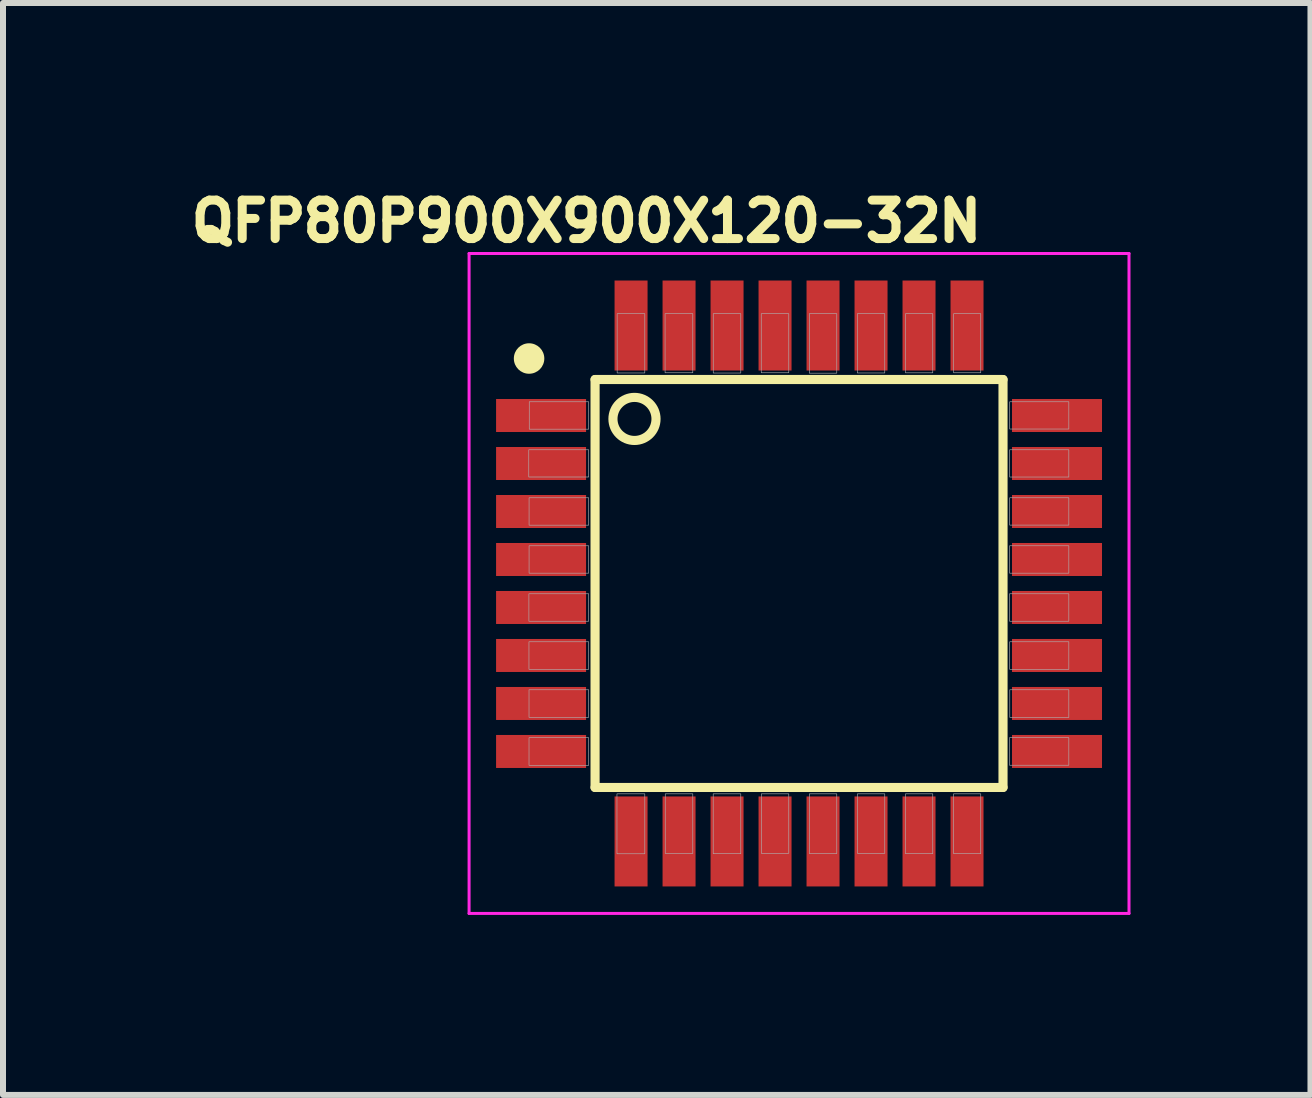
<source format=kicad_pcb>
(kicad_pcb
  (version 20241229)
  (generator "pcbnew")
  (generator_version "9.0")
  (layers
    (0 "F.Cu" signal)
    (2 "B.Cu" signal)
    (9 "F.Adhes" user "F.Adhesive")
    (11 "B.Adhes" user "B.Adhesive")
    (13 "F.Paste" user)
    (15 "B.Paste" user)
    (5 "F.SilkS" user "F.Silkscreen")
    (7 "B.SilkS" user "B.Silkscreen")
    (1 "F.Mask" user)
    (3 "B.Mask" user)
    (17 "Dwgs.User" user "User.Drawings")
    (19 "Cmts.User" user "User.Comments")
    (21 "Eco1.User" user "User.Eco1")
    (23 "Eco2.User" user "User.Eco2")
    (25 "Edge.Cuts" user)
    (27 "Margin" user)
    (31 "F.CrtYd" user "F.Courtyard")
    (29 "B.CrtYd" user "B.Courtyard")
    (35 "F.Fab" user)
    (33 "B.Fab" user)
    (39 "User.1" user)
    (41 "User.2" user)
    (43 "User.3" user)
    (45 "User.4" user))
  (footprint "QFP80P900X900X120-32N"
    (layer "F.Cu")
    (at 10.269 6.676)
    (property "Reference" "QFP80P900X900X120-32N" (at -3.543 -6.038 0) (layer "F.SilkS") (effects (font (size 0.641 0.641) (thickness 0.15))))
    (attr through_hole)
    (fp_line (start -3.4 -3.4) (end 3.4 -3.4) (stroke (width 0.152) (type solid)) (layer "F.SilkS"))
    (fp_line (start -3.4 3.4) (end -3.4 -3.4) (stroke (width 0.152) (type solid)) (layer "F.SilkS"))
    (fp_line (start 3.4 -3.4) (end 3.4 3.4) (stroke (width 0.152) (type solid)) (layer "F.SilkS"))
    (fp_line (start 3.4 3.4) (end -3.4 3.4) (stroke (width 0.152) (type solid)) (layer "F.SilkS"))
    (fp_circle (center -4.5 -3.75) (end -4.246 -3.75) (stroke (width 0) (type solid)) (fill yes) (layer "F.SilkS"))
    (fp_circle (center -2.743 -2.743) (end -2.384 -2.743) (stroke (width 0.152) (type solid)) (fill no) (layer "F.SilkS"))
    (fp_line (start -5.5 -5.5) (end -5.5 5.5) (stroke (width 0.05) (type solid)) (layer "F.CrtYd"))
    (fp_line (start -5.5 5.5) (end 5.5 5.5) (stroke (width 0.05) (type solid)) (layer "F.CrtYd"))
    (fp_line (start 5.5 -5.5) (end -5.5 -5.5) (stroke (width 0.05) (type solid)) (layer "F.CrtYd"))
    (fp_line (start 5.5 5.5) (end 5.5 -5.5) (stroke (width 0.05) (type solid)) (layer "F.CrtYd"))
    (fp_poly (pts (xy -4.505 -2.229) (xy -3.506 -2.229) (xy -3.506 -1.775) (xy -4.505 -1.775)) (stroke (width 0.01) (type solid)) (fill no) (layer "F.Fab"))
    (fp_poly (pts (xy -4.503 0.171) (xy -3.506 0.171) (xy -3.506 0.629) (xy -4.503 0.629)) (stroke (width 0.01) (type solid)) (fill no) (layer "F.Fab"))
    (fp_poly (pts (xy -4.502 0.971) (xy -3.506 0.971) (xy -3.506 1.43) (xy -4.502 1.43)) (stroke (width 0.01) (type solid)) (fill no) (layer "F.Fab"))
    (fp_poly (pts (xy -4.501 1.771) (xy -3.506 1.771) (xy -3.506 2.231) (xy -4.501 2.231)) (stroke (width 0.01) (type solid)) (fill no) (layer "F.Fab"))
    (fp_poly (pts (xy -4.501 2.571) (xy -3.506 2.571) (xy -3.506 3.032) (xy -4.501 3.032)) (stroke (width 0.01) (type solid)) (fill no) (layer "F.Fab"))
    (fp_poly (pts (xy -4.5 -0.629) (xy -3.506 -0.629) (xy -3.506 -0.172) (xy -4.5 -0.172)) (stroke (width 0.01) (type solid)) (fill no) (layer "F.Fab"))
    (fp_poly (pts (xy -4.5 -1.429) (xy -3.506 -1.429) (xy -3.506 -0.972) (xy -4.5 -0.972)) (stroke (width 0.01) (type solid)) (fill no) (layer "F.Fab"))
    (fp_poly (pts (xy -4.497 -3.029) (xy -3.506 -3.029) (xy -3.506 -2.572) (xy -4.497 -2.572)) (stroke (width 0.01) (type solid)) (fill no) (layer "F.Fab"))
    (fp_poly (pts (xy -3.035 3.506) (xy -2.571 3.506) (xy -2.571 4.505) (xy -3.035 4.505)) (stroke (width 0.01) (type solid)) (fill no) (layer "F.Fab"))
    (fp_poly (pts (xy -3.032 -4.497) (xy -2.571 -4.497) (xy -2.571 -3.509) (xy -3.032 -3.509)) (stroke (width 0.01) (type solid)) (fill no) (layer "F.Fab"))
    (fp_poly (pts (xy -2.233 -4.497) (xy -1.771 -4.497) (xy -1.771 -3.512) (xy -2.233 -3.512)) (stroke (width 0.01) (type solid)) (fill no) (layer "F.Fab"))
    (fp_poly (pts (xy -2.23 3.506) (xy -1.771 3.506) (xy -1.771 4.5) (xy -2.23 4.5)) (stroke (width 0.01) (type solid)) (fill no) (layer "F.Fab"))
    (fp_poly (pts (xy -1.431 3.506) (xy -0.971 3.506) (xy -0.971 4.504) (xy -1.431 4.504)) (stroke (width 0.01) (type solid)) (fill no) (layer "F.Fab"))
    (fp_poly (pts (xy -1.43 -4.497) (xy -0.971 -4.497) (xy -0.971 -3.508) (xy -1.43 -3.508)) (stroke (width 0.01) (type solid)) (fill no) (layer "F.Fab"))
    (fp_poly (pts (xy -0.63 -4.497) (xy -0.171 -4.497) (xy -0.171 -3.513) (xy -0.63 -3.513)) (stroke (width 0.01) (type solid)) (fill no) (layer "F.Fab"))
    (fp_poly (pts (xy -0.629 3.506) (xy -0.171 3.506) (xy -0.171 4.498) (xy -0.629 4.498)) (stroke (width 0.01) (type solid)) (fill no) (layer "F.Fab"))
    (fp_poly (pts (xy 0.171 -4.497) (xy 0.629 -4.497) (xy 0.629 -3.506) (xy 0.171 -3.506)) (stroke (width 0.01) (type solid)) (fill no) (layer "F.Fab"))
    (fp_poly (pts (xy 0.172 3.506) (xy 0.629 3.506) (xy 0.629 4.502) (xy 0.172 4.502)) (stroke (width 0.01) (type solid)) (fill no) (layer "F.Fab"))
    (fp_poly (pts (xy 0.972 3.506) (xy 1.429 3.506) (xy 1.429 4.498) (xy 0.972 4.498)) (stroke (width 0.01) (type solid)) (fill no) (layer "F.Fab"))
    (fp_poly (pts (xy 0.972 -4.497) (xy 1.429 -4.497) (xy 1.429 -3.509) (xy 0.972 -3.509)) (stroke (width 0.01) (type solid)) (fill no) (layer "F.Fab"))
    (fp_poly (pts (xy 1.774 -4.497) (xy 2.229 -4.497) (xy 2.229 -3.511) (xy 1.774 -3.511)) (stroke (width 0.01) (type solid)) (fill no) (layer "F.Fab"))
    (fp_poly (pts (xy 1.774 3.506) (xy 2.229 3.506) (xy 2.229 4.504) (xy 1.774 4.504)) (stroke (width 0.01) (type solid)) (fill no) (layer "F.Fab"))
    (fp_poly (pts (xy 2.575 3.506) (xy 3.029 3.506) (xy 3.029 4.503) (xy 2.575 4.503)) (stroke (width 0.01) (type solid)) (fill no) (layer "F.Fab"))
    (fp_poly (pts (xy 2.576 -4.497) (xy 3.029 -4.497) (xy 3.029 -3.513) (xy 2.576 -3.513)) (stroke (width 0.01) (type solid)) (fill no) (layer "F.Fab"))
    (fp_poly (pts (xy 3.507 2.571) (xy 4.497 2.571) (xy 4.497 3.029) (xy 3.507 3.029)) (stroke (width 0.01) (type solid)) (fill no) (layer "F.Fab"))
    (fp_poly (pts (xy 3.509 -0.629) (xy 4.497 -0.629) (xy 4.497 -0.172) (xy 3.509 -0.172)) (stroke (width 0.01) (type solid)) (fill no) (layer "F.Fab"))
    (fp_poly (pts (xy 3.509 0.171) (xy 4.497 0.171) (xy 4.497 0.629) (xy 3.509 0.629)) (stroke (width 0.01) (type solid)) (fill no) (layer "F.Fab"))
    (fp_poly (pts (xy 3.511 -2.229) (xy 4.497 -2.229) (xy 4.497 -1.774) (xy 3.511 -1.774)) (stroke (width 0.01) (type solid)) (fill no) (layer "F.Fab"))
    (fp_poly (pts (xy 3.511 -1.429) (xy 4.497 -1.429) (xy 4.497 -0.973) (xy 3.511 -0.973)) (stroke (width 0.01) (type solid)) (fill no) (layer "F.Fab"))
    (fp_poly (pts (xy 3.511 0.971) (xy 4.497 0.971) (xy 4.497 1.431) (xy 3.511 1.431)) (stroke (width 0.01) (type solid)) (fill no) (layer "F.Fab"))
    (fp_poly (pts (xy 3.511 -3.029) (xy 4.497 -3.029) (xy 4.497 -2.575) (xy 3.511 -2.575)) (stroke (width 0.01) (type solid)) (fill no) (layer "F.Fab"))
    (fp_poly (pts (xy 3.513 1.771) (xy 4.497 1.771) (xy 4.497 2.233) (xy 3.513 2.233)) (stroke (width 0.01) (type solid)) (fill no) (layer "F.Fab"))
    (pad "1" smd rect (at -4.3 -2.8) (size 1.5 0.55) (layers "F.Cu" "F.Mask" "F.Paste"))
    (pad "2" smd rect (at -4.3 -2) (size 1.5 0.55) (layers "F.Cu" "F.Mask" "F.Paste"))
    (pad "3" smd rect (at -4.3 -1.2) (size 1.5 0.55) (layers "F.Cu" "F.Mask" "F.Paste"))
    (pad "4" smd rect (at -4.3 -0.4) (size 1.5 0.55) (layers "F.Cu" "F.Mask" "F.Paste"))
    (pad "5" smd rect (at -4.3 0.4) (size 1.5 0.55) (layers "F.Cu" "F.Mask" "F.Paste"))
    (pad "6" smd rect (at -4.3 1.2) (size 1.5 0.55) (layers "F.Cu" "F.Mask" "F.Paste"))
    (pad "7" smd rect (at -4.3 2) (size 1.5 0.55) (layers "F.Cu" "F.Mask" "F.Paste"))
    (pad "8" smd rect (at -4.3 2.8) (size 1.5 0.55) (layers "F.Cu" "F.Mask" "F.Paste"))
    (pad "9" smd rect (at -2.8 4.3) (size 0.55 1.5) (layers "F.Cu" "F.Mask" "F.Paste"))
    (pad "10" smd rect (at -2 4.3) (size 0.55 1.5) (layers "F.Cu" "F.Mask" "F.Paste"))
    (pad "11" smd rect (at -1.2 4.3) (size 0.55 1.5) (layers "F.Cu" "F.Mask" "F.Paste"))
    (pad "12" smd rect (at -0.4 4.3) (size 0.55 1.5) (layers "F.Cu" "F.Mask" "F.Paste"))
    (pad "13" smd rect (at 0.4 4.3) (size 0.55 1.5) (layers "F.Cu" "F.Mask" "F.Paste"))
    (pad "14" smd rect (at 1.2 4.3) (size 0.55 1.5) (layers "F.Cu" "F.Mask" "F.Paste"))
    (pad "15" smd rect (at 2 4.3) (size 0.55 1.5) (layers "F.Cu" "F.Mask" "F.Paste"))
    (pad "16" smd rect (at 2.8 4.3) (size 0.55 1.5) (layers "F.Cu" "F.Mask" "F.Paste"))
    (pad "17" smd rect (at 4.3 2.8) (size 1.5 0.55) (layers "F.Cu" "F.Mask" "F.Paste"))
    (pad "18" smd rect (at 4.3 2) (size 1.5 0.55) (layers "F.Cu" "F.Mask" "F.Paste"))
    (pad "19" smd rect (at 4.3 1.2) (size 1.5 0.55) (layers "F.Cu" "F.Mask" "F.Paste"))
    (pad "20" smd rect (at 4.3 0.4) (size 1.5 0.55) (layers "F.Cu" "F.Mask" "F.Paste"))
    (pad "21" smd rect (at 4.3 -0.4) (size 1.5 0.55) (layers "F.Cu" "F.Mask" "F.Paste"))
    (pad "22" smd rect (at 4.3 -1.2) (size 1.5 0.55) (layers "F.Cu" "F.Mask" "F.Paste"))
    (pad "23" smd rect (at 4.3 -2) (size 1.5 0.55) (layers "F.Cu" "F.Mask" "F.Paste"))
    (pad "24" smd rect (at 4.3 -2.8) (size 1.5 0.55) (layers "F.Cu" "F.Mask" "F.Paste"))
    (pad "25" smd rect (at 2.8 -4.3) (size 0.55 1.5) (layers "F.Cu" "F.Mask" "F.Paste"))
    (pad "26" smd rect (at 2 -4.3) (size 0.55 1.5) (layers "F.Cu" "F.Mask" "F.Paste"))
    (pad "27" smd rect (at 1.2 -4.3) (size 0.55 1.5) (layers "F.Cu" "F.Mask" "F.Paste"))
    (pad "28" smd rect (at 0.4 -4.3) (size 0.55 1.5) (layers "F.Cu" "F.Mask" "F.Paste"))
    (pad "29" smd rect (at -0.4 -4.3) (size 0.55 1.5) (layers "F.Cu" "F.Mask" "F.Paste"))
    (pad "30" smd rect (at -1.2 -4.3) (size 0.55 1.5) (layers "F.Cu" "F.Mask" "F.Paste"))
    (pad "31" smd rect (at -2 -4.3) (size 0.55 1.5) (layers "F.Cu" "F.Mask" "F.Paste"))
    (pad "32" smd rect (at -2.8 -4.3) (size 0.55 1.5) (layers "F.Cu" "F.Mask" "F.Paste")))
  (gr_rect
    (start -3 -3)
    (end 18.794 15.201)
    (stroke (width 0.1) (type default))
    (fill no)
    (layer "Edge.Cuts")))
</source>
